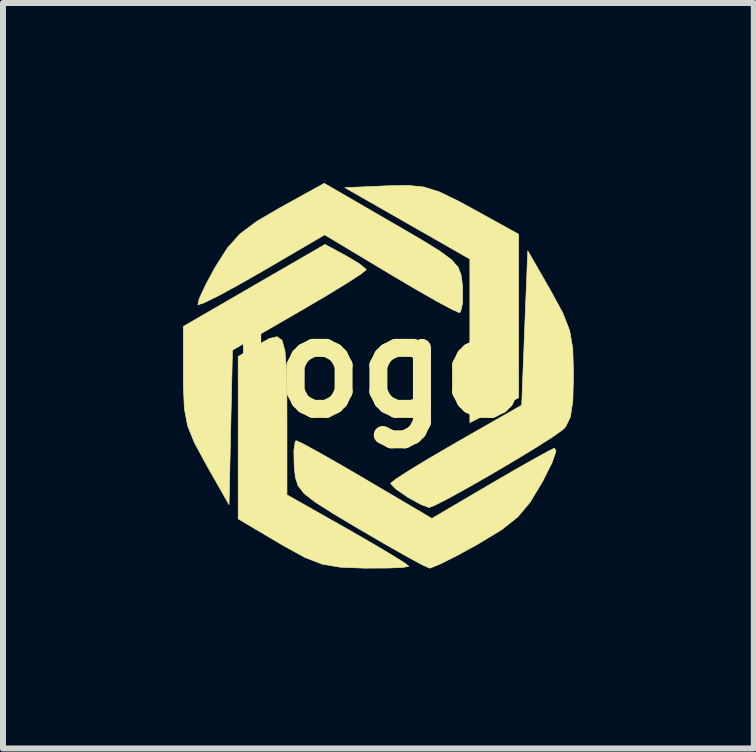
<source format=kicad_pcb>
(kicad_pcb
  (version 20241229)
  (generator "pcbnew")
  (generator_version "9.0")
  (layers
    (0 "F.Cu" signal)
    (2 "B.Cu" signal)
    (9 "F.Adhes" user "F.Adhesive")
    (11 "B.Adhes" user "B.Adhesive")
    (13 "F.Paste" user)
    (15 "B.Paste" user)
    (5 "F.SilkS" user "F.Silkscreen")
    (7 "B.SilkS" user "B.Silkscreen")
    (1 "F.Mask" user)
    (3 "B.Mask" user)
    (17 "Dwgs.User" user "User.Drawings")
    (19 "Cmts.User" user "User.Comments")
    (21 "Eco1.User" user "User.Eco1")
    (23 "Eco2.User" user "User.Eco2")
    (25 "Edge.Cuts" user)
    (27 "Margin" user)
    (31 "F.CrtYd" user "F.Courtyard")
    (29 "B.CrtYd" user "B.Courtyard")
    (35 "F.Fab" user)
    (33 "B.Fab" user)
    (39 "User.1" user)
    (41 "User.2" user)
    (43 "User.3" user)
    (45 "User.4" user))
  (footprint "logo"
    (layer "F.Cu")
    (at 3.256 3.074)
    (property "Reference" "logo" (at 0 0 0) (layer "F.SilkS") (effects (font (size 1.524 1.524) (thickness 0.3))))
    (attr through_hole)
    (fp_poly (pts (xy 0.757 -3.008) (xy 1.016 -2.927) (xy 1.335 -2.772) (xy 1.579 -2.639) (xy 2.337 -2.221) (xy 2.337 0.504) (xy 1.93 0.711) (xy 1.524 0.919) (xy 1.524 -1.807) (xy -0.559 -2.997) (xy 0.131 -3.027) (xy 0.487 -3.035) (xy 0.757 -3.008)) (stroke (width 0.01) (type solid)) (fill yes) (layer "F.SilkS"))
    (fp_poly (pts (xy -0.547 -1.866) (xy -0.327 -1.735) (xy -0.21 -1.641) (xy -0.204 -1.628) (xy -0.287 -1.56) (xy -0.514 -1.413) (xy -0.85 -1.207) (xy -1.264 -0.964) (xy -1.319 -0.932) (xy -2.432 -0.289) (xy -2.461 0.998) (xy -2.489 2.286) (xy -2.87 1.616) (xy -3.065 1.256) (xy -3.179 0.974) (xy -3.234 0.685) (xy -3.25 0.308) (xy -3.251 0.131) (xy -3.251 -0.684) (xy -2.071 -1.368) (xy -0.89 -2.051) (xy -0.547 -1.866)) (stroke (width 0.01) (type solid)) (fill yes) (layer "F.SilkS"))
    (fp_poly (pts (xy -1.606 -0.453) (xy -1.557 -0.277) (xy -1.533 0.037) (xy -1.525 0.514) (xy -1.524 0.917) (xy -1.524 2.122) (xy -0.508 2.697) (xy -0.107 2.928) (xy 0.219 3.121) (xy 0.436 3.257) (xy 0.508 3.313) (xy 0.415 3.331) (xy 0.169 3.342) (xy -0.179 3.344) (xy -0.229 3.344) (xy -0.63 3.329) (xy -0.931 3.279) (xy -1.217 3.17) (xy -1.571 2.976) (xy -1.651 2.929) (xy -2.337 2.523) (xy -2.337 -0.183) (xy -1.989 -0.388) (xy -1.814 -0.484) (xy -1.689 -0.513) (xy -1.606 -0.453)) (stroke (width 0.01) (type solid)) (fill yes) (layer "F.SilkS"))
    (fp_poly (pts (xy 0.234 -2.41) (xy 0.699 -2.14) (xy 1.017 -1.944) (xy 1.217 -1.797) (xy 1.328 -1.671) (xy 1.379 -1.54) (xy 1.399 -1.378) (xy 1.403 -1.333) (xy 1.404 -1.075) (xy 1.369 -0.927) (xy 1.349 -0.914) (xy 1.234 -0.964) (xy 0.981 -1.099) (xy 0.629 -1.3) (xy 0.212 -1.546) (xy 0.184 -1.563) (xy -0.896 -2.211) (xy -1.93 -1.606) (xy -2.337 -1.374) (xy -2.676 -1.19) (xy -2.912 -1.075) (xy -3.009 -1.045) (xy -2.985 -1.148) (xy -2.88 -1.376) (xy -2.721 -1.669) (xy -2.519 -1.988) (xy -2.308 -2.225) (xy -2.028 -2.435) (xy -1.645 -2.659) (xy -0.903 -3.069) (xy 0.234 -2.41)) (stroke (width 0.01) (type solid)) (fill yes) (layer "F.SilkS"))
    (fp_poly (pts (xy 2.87 -1.282) (xy 3.072 -0.91) (xy 3.187 -0.617) (xy 3.239 -0.314) (xy 3.251 0.089) (xy 3.251 0.132) (xy 3.24 0.556) (xy 3.199 0.825) (xy 3.12 0.988) (xy 3.073 1.036) (xy 2.911 1.152) (xy 2.631 1.33) (xy 2.275 1.547) (xy 1.886 1.776) (xy 1.505 1.994) (xy 1.176 2.176) (xy 0.94 2.297) (xy 0.844 2.334) (xy 0.708 2.283) (xy 0.492 2.164) (xy 0.483 2.158) (xy 0.29 2.024) (xy 0.204 1.934) (xy 0.203 1.931) (xy 0.286 1.862) (xy 0.513 1.716) (xy 0.849 1.512) (xy 1.261 1.272) (xy 1.295 1.252) (xy 2.388 0.628) (xy 2.438 -0.659) (xy 2.489 -1.945) (xy 2.87 -1.282)) (stroke (width 0.01) (type solid)) (fill yes) (layer "F.SilkS"))
    (fp_poly (pts (xy -1.264 1.268) (xy -1.018 1.401) (xy -0.669 1.599) (xy -0.252 1.842) (xy -0.208 1.868) (xy 0.891 2.516) (xy 1.842 1.957) (xy 2.245 1.723) (xy 2.591 1.526) (xy 2.838 1.391) (xy 2.934 1.343) (xy 2.96 1.395) (xy 2.894 1.585) (xy 2.746 1.881) (xy 2.731 1.909) (xy 2.527 2.247) (xy 2.321 2.492) (xy 2.054 2.704) (xy 1.664 2.94) (xy 1.663 2.941) (xy 1.318 3.13) (xy 1.038 3.271) (xy 0.871 3.34) (xy 0.85 3.343) (xy 0.733 3.29) (xy 0.479 3.153) (xy 0.125 2.952) (xy -0.292 2.709) (xy -0.305 2.702) (xy -0.751 2.436) (xy -1.053 2.244) (xy -1.239 2.099) (xy -1.339 1.971) (xy -1.384 1.831) (xy -1.402 1.652) (xy -1.403 1.645) (xy -1.409 1.384) (xy -1.386 1.234) (xy -1.371 1.219) (xy -1.264 1.268)) (stroke (width 0.01) (type solid)) (fill yes) (layer "F.SilkS")))
  (gr_rect
    (start -3 -3)
    (end 9.512 9.423)
    (stroke (width 0.1) (type default))
    (fill no)
    (layer "Edge.Cuts")))
</source>
